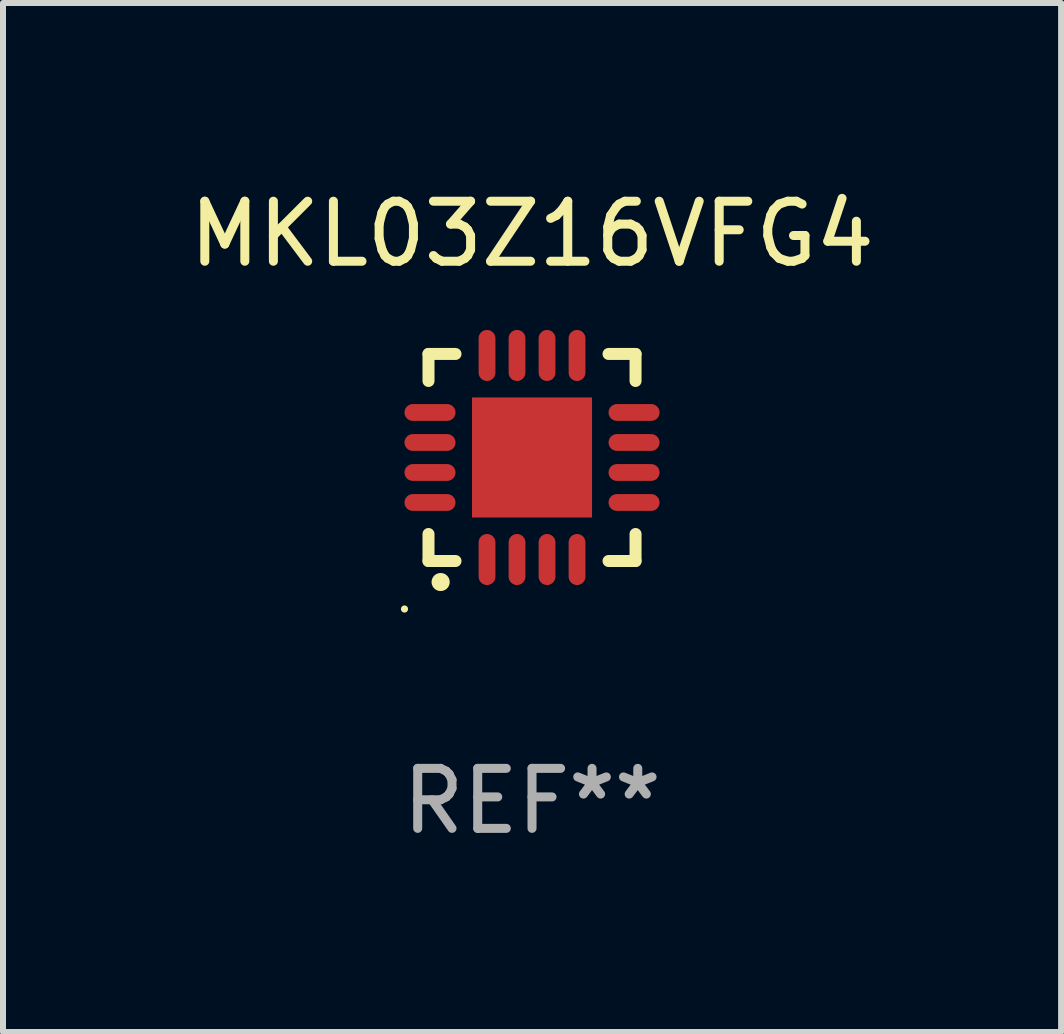
<source format=kicad_pcb>
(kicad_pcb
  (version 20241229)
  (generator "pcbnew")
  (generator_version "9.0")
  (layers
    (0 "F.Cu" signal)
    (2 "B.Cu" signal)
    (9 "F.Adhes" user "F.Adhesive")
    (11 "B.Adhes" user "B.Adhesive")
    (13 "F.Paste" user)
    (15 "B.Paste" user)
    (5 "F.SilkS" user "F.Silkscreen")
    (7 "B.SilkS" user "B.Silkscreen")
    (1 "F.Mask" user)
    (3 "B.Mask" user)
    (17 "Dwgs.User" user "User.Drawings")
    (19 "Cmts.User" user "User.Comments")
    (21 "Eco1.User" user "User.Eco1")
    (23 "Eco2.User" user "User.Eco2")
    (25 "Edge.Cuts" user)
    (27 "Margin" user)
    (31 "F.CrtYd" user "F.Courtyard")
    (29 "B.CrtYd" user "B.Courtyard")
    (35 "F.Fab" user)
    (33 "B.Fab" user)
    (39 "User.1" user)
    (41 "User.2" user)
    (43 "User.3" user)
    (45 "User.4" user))
  (footprint "MKL03Z16VFG4"
    (layer "F.Cu")
    (at 5.815 4.573)
    (property "Reference" "MKL03Z16VFG4" (at 0 -3.725 0) (layer "F.SilkS") (effects (font (size 1 1) (thickness 0.15))))
    (attr through_hole)
    (fp_line (start -1.725 -1.725) (end -1.275 -1.725) (stroke (width 0.2) (type solid)) (layer "F.SilkS"))
    (fp_line (start -1.725 -1.275) (end -1.725 -1.725) (stroke (width 0.2) (type solid)) (layer "F.SilkS"))
    (fp_line (start -1.725 1.725) (end -1.725 1.275) (stroke (width 0.2) (type solid)) (layer "F.SilkS"))
    (fp_line (start -1.275 1.725) (end -1.725 1.725) (stroke (width 0.2) (type solid)) (layer "F.SilkS"))
    (fp_line (start 1.725 -1.725) (end 1.275 -1.725) (stroke (width 0.2) (type solid)) (layer "F.SilkS"))
    (fp_line (start 1.725 -1.275) (end 1.725 -1.725) (stroke (width 0.2) (type solid)) (layer "F.SilkS"))
    (fp_line (start 1.725 1.275) (end 1.725 1.725) (stroke (width 0.2) (type solid)) (layer "F.SilkS"))
    (fp_line (start 1.725 1.725) (end 1.275 1.725) (stroke (width 0.2) (type solid)) (layer "F.SilkS"))
    (fp_arc (start -1.524003 2.075184) (mid -1.522733 2.075179) (end -1.521463 2.075184) (stroke (width 0.3) (type solid)) (layer "F.SilkS"))
    (fp_circle (center -2.125 2.525) (end -2.095 2.525) (stroke (width 0.06) (type solid)) (fill no) (layer "F.SilkS"))
    (fp_text user "REF**" (at 0 5.725 0) (layer "F.Fab") (effects (font (size 1 1) (thickness 0.15))))
    (pad "1" smd oval (at -0.75 1.7 180) (size 0.28 0.85) (layers "F.Cu" "F.Mask" "F.Paste"))
    (pad "2" smd oval (at -0.25 1.7 180) (size 0.28 0.85) (layers "F.Cu" "F.Mask" "F.Paste"))
    (pad "3" smd oval (at 0.25 1.7 180) (size 0.28 0.85) (layers "F.Cu" "F.Mask" "F.Paste"))
    (pad "4" smd oval (at 0.75 1.7 180) (size 0.28 0.85) (layers "F.Cu" "F.Mask" "F.Paste"))
    (pad "5" smd oval (at 1.7 0.75 90) (size 0.28 0.85) (layers "F.Cu" "F.Mask" "F.Paste"))
    (pad "6" smd oval (at 1.7 0.25 90) (size 0.28 0.85) (layers "F.Cu" "F.Mask" "F.Paste"))
    (pad "7" smd oval (at 1.7 -0.25 90) (size 0.28 0.85) (layers "F.Cu" "F.Mask" "F.Paste"))
    (pad "8" smd oval (at 1.7 -0.75 90) (size 0.28 0.85) (layers "F.Cu" "F.Mask" "F.Paste"))
    (pad "9" smd oval (at 0.75 -1.7 180) (size 0.28 0.85) (layers "F.Cu" "F.Mask" "F.Paste"))
    (pad "10" smd oval (at 0.25 -1.7 180) (size 0.28 0.85) (layers "F.Cu" "F.Mask" "F.Paste"))
    (pad "11" smd oval (at -0.25 -1.7 180) (size 0.28 0.85) (layers "F.Cu" "F.Mask" "F.Paste"))
    (pad "12" smd oval (at -0.75 -1.7 180) (size 0.28 0.85) (layers "F.Cu" "F.Mask" "F.Paste"))
    (pad "13" smd oval (at -1.7 -0.75 90) (size 0.28 0.85) (layers "F.Cu" "F.Mask" "F.Paste"))
    (pad "14" smd oval (at -1.7 -0.25 90) (size 0.28 0.85) (layers "F.Cu" "F.Mask" "F.Paste"))
    (pad "15" smd oval (at -1.7 0.25 90) (size 0.28 0.85) (layers "F.Cu" "F.Mask" "F.Paste"))
    (pad "16" smd oval (at -1.7 0.75 90) (size 0.28 0.85) (layers "F.Cu" "F.Mask" "F.Paste"))
    (pad "17" smd rect (at 0 0 90) (size 2 2) (layers "F.Cu" "F.Mask" "F.Paste")))
  (gr_rect
    (start -3 -3)
    (end 14.631 14.146)
    (stroke (width 0.1) (type default))
    (fill no)
    (layer "Edge.Cuts")))
</source>
